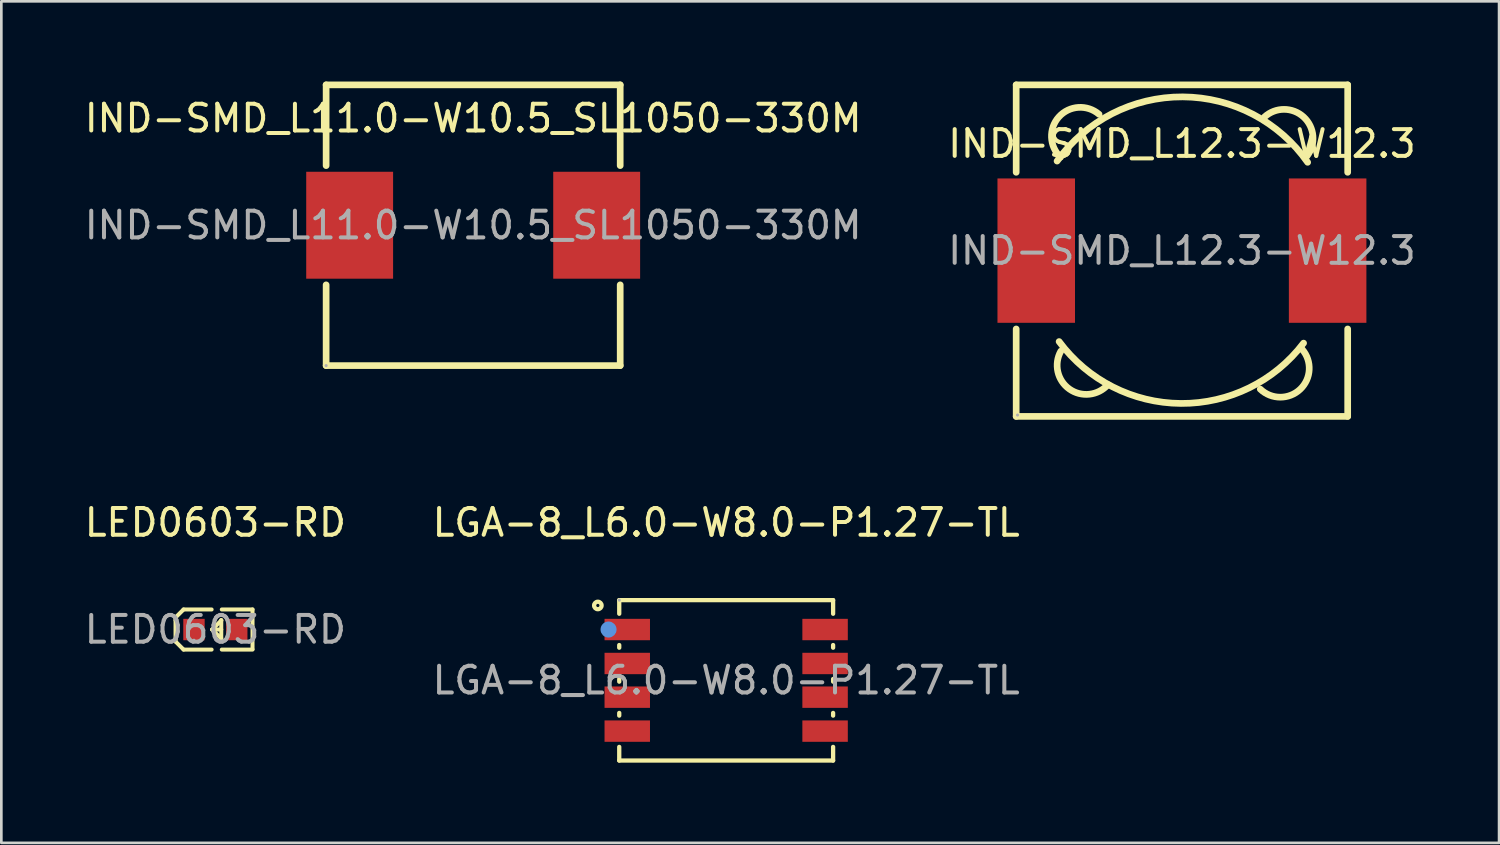
<source format=kicad_pcb>
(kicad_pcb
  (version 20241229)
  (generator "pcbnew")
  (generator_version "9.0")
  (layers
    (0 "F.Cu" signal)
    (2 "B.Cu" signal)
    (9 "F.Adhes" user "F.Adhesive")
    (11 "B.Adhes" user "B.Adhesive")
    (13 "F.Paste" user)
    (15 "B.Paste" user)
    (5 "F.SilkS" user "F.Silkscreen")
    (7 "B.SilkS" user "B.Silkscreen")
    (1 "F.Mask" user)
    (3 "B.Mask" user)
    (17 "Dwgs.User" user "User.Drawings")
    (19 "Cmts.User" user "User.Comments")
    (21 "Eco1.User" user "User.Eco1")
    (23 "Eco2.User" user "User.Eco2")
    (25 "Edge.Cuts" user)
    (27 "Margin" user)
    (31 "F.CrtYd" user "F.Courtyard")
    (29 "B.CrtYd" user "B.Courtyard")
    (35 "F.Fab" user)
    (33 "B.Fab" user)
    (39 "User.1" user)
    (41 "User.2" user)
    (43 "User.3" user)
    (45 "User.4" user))
  (footprint "IND-SMD_L12.3-W12.3"
    (layer "F.Cu")
    (at 41.161 6.325)
    (property "Reference" "IND-SMD_L12.3-W12.3" (at 0 -4 0) (layer "F.SilkS") (effects (font (size 1 1) (thickness 0.15))))
    (attr smd)
    (fp_line (start -6.2 -6.2) (end -6.2 -2.93) (stroke (width 0.25) (type solid)) (layer "F.SilkS"))
    (fp_line (start -6.2 -6.2) (end 6.2 -6.2) (stroke (width 0.25) (type solid)) (layer "F.SilkS"))
    (fp_line (start -6.2 2.93) (end -6.2 6.2) (stroke (width 0.25) (type solid)) (layer "F.SilkS"))
    (fp_line (start -6.2 6.2) (end 6.2 6.2) (stroke (width 0.25) (type solid)) (layer "F.SilkS"))
    (fp_line (start 6.2 -2.93) (end 6.2 -6.2) (stroke (width 0.25) (type solid)) (layer "F.SilkS"))
    (fp_line (start 6.2 6.2) (end 6.2 2.93) (stroke (width 0.25) (type solid)) (layer "F.SilkS"))
    (fp_arc (start -4.67 -3.35) (mid 0.028307 -5.751402) (end 4.702706 -3.30379) (stroke (width 0.25) (type solid)) (layer "F.SilkS"))
    (fp_arc (start -4.541273 -3.497112) (mid -4.60171 -5.000875) (end -3.1 -5.1) (stroke (width 0.25) (type solid)) (layer "F.SilkS"))
    (fp_arc (start -2.768116 5.014047) (mid -4.210815 5.176269) (end -4.53 3.76) (stroke (width 0.25) (type solid)) (layer "F.SilkS"))
    (fp_arc (start 3.086836 -4.998543) (mid 4.552024 -4.999588) (end 4.68 -3.54) (stroke (width 0.25) (type solid)) (layer "F.SilkS"))
    (fp_arc (start 4.499953 3.6939) (mid 4.423873 5.185846) (end 2.93 5.18) (stroke (width 0.25) (type solid)) (layer "F.SilkS"))
    (fp_arc (start 4.55 3.46) (mid -0.036493 5.71601) (end -4.593807 3.401622) (stroke (width 0.25) (type solid)) (layer "F.SilkS"))
    (fp_circle (center -6.15 6.15) (end -6.12 6.15) (stroke (width 0.06) (type solid)) (fill no) (layer "F.Fab"))
    (fp_text user "${REFERENCE}" (at 0 0 0) (layer "F.Fab") (effects (font (size 1 1) (thickness 0.15))))
    (pad "1" smd rect (at -5.45 0) (size 2.9 5.4) (layers "F.Cu" "F.Mask" "F.Paste"))
    (pad "2" smd rect (at 5.45 0) (size 2.9 5.4) (layers "F.Cu" "F.Mask" "F.Paste")))
  (footprint "IND-SMD_L11.0-W10.5_SL1050-330M"
    (layer "F.Cu")
    (at 14.649 5.375)
    (property "Reference" "IND-SMD_L11.0-W10.5_SL1050-330M" (at 0 -4 0) (layer "F.SilkS") (effects (font (size 1 1) (thickness 0.15))))
    (attr through_hole)
    (fp_line (start -5.5 -5.25) (end 5.5 -5.25) (stroke (width 0.25) (type solid)) (layer "F.SilkS"))
    (fp_line (start -5.5 -2.23) (end -5.5 -5.25) (stroke (width 0.25) (type solid)) (layer "F.SilkS"))
    (fp_line (start -5.5 5.25) (end -5.5 2.23) (stroke (width 0.25) (type solid)) (layer "F.SilkS"))
    (fp_line (start 5.5 -5.25) (end 5.5 -2.23) (stroke (width 0.25) (type solid)) (layer "F.SilkS"))
    (fp_line (start 5.5 2.23) (end 5.5 5.25) (stroke (width 0.25) (type solid)) (layer "F.SilkS"))
    (fp_line (start 5.5 5.25) (end -5.5 5.25) (stroke (width 0.25) (type solid)) (layer "F.SilkS"))
    (fp_circle (center -5.5 5.25) (end -5.47 5.25) (stroke (width 0.06) (type solid)) (fill no) (layer "F.Fab"))
    (fp_text user "${REFERENCE}" (at 0 0 0) (layer "F.Fab") (effects (font (size 1 1) (thickness 0.15))))
    (pad "1" smd rect (at -4.62 0) (size 3.25 4) (layers "F.Cu" "F.Mask" "F.Paste"))
    (pad "2" smd rect (at 4.62 0) (size 3.25 4) (layers "F.Cu" "F.Mask" "F.Paste")))
  (footprint "LGA-8_L6.0-W8.0-P1.27-TL"
    (layer "F.Cu")
    (at 24.113 22.398)
    (property "Reference" "LGA-8_L6.0-W8.0-P1.27-TL" (at 0 -5.9 0) (layer "F.SilkS") (effects (font (size 1 1) (thickness 0.15))))
    (attr smd)
    (fp_line (start -4 -3) (end -4 -2.49) (stroke (width 0.16) (type solid)) (layer "F.SilkS"))
    (fp_line (start -4 -3) (end 4 -3) (stroke (width 0.16) (type solid)) (layer "F.SilkS"))
    (fp_line (start -4 -1.32) (end -4 -1.22) (stroke (width 0.16) (type solid)) (layer "F.SilkS"))
    (fp_line (start -4 -0.05) (end -4 0.05) (stroke (width 0.16) (type solid)) (layer "F.SilkS"))
    (fp_line (start -4 1.22) (end -4 1.32) (stroke (width 0.16) (type solid)) (layer "F.SilkS"))
    (fp_line (start -4 2.49) (end -4 3) (stroke (width 0.16) (type solid)) (layer "F.SilkS"))
    (fp_line (start -4 3) (end 4 3) (stroke (width 0.16) (type solid)) (layer "F.SilkS"))
    (fp_line (start 4 -3) (end 4 -2.49) (stroke (width 0.16) (type solid)) (layer "F.SilkS"))
    (fp_line (start 4 -1.32) (end 4 -1.22) (stroke (width 0.16) (type solid)) (layer "F.SilkS"))
    (fp_line (start 4 -0.05) (end 4 0.05) (stroke (width 0.16) (type solid)) (layer "F.SilkS"))
    (fp_line (start 4 1.22) (end 4 1.32) (stroke (width 0.16) (type solid)) (layer "F.SilkS"))
    (fp_line (start 4 2.49) (end 4 3) (stroke (width 0.16) (type solid)) (layer "F.SilkS"))
    (fp_circle (center -4.8 -2.8) (end -4.66 -2.8) (stroke (width 0.16) (type solid)) (fill no) (layer "F.SilkS"))
    (fp_circle (center -4.4 -1.9) (end -4.25 -1.9) (stroke (width 0.3) (type solid)) (fill no) (layer "Cmts.User"))
    (fp_circle (center -4 -3) (end -3.97 -3) (stroke (width 0.06) (type solid)) (fill no) (layer "F.Fab"))
    (fp_text user "${REFERENCE}" (at 0 0 0) (layer "F.Fab") (effects (font (size 1 1) (thickness 0.15))))
    (pad "1" smd rect (at -3.7 -1.9) (size 1.7 0.8) (layers "F.Cu" "F.Mask" "F.Paste"))
    (pad "2" smd rect (at -3.7 -0.63) (size 1.7 0.8) (layers "F.Cu" "F.Mask" "F.Paste"))
    (pad "3" smd rect (at -3.7 0.63) (size 1.7 0.8) (layers "F.Cu" "F.Mask" "F.Paste"))
    (pad "4" smd rect (at -3.7 1.9) (size 1.7 0.8) (layers "F.Cu" "F.Mask" "F.Paste"))
    (pad "5" smd rect (at 3.7 1.9) (size 1.7 0.8) (layers "F.Cu" "F.Mask" "F.Paste"))
    (pad "6" smd rect (at 3.7 0.63) (size 1.7 0.8) (layers "F.Cu" "F.Mask" "F.Paste"))
    (pad "7" smd rect (at 3.7 -0.63) (size 1.7 0.8) (layers "F.Cu" "F.Mask" "F.Paste"))
    (pad "8" smd rect (at 3.7 -1.9) (size 1.7 0.8) (layers "F.Cu" "F.Mask" "F.Paste")))
  (footprint "LED0603-RD"
    (layer "F.Cu")
    (at 5.006 20.498)
    (property "Reference" "LED0603-RD" (at 0 -4 0) (layer "F.SilkS") (effects (font (size 1 1) (thickness 0.15))))
    (attr smd)
    (fp_line (start -1.49 -0.45) (end -1.19 -0.75) (stroke (width 0.15) (type solid)) (layer "F.SilkS"))
    (fp_line (start -1.49 -0.35) (end -1.49 -0.45) (stroke (width 0.15) (type solid)) (layer "F.SilkS"))
    (fp_line (start -1.49 -0.35) (end -1.49 0.35) (stroke (width 0.15) (type solid)) (layer "F.SilkS"))
    (fp_line (start -1.49 0.35) (end -1.49 0.45) (stroke (width 0.15) (type solid)) (layer "F.SilkS"))
    (fp_line (start -1.49 0.45) (end -1.19 0.75) (stroke (width 0.15) (type solid)) (layer "F.SilkS"))
    (fp_line (start -0.14 -0.75) (end -1.19 -0.75) (stroke (width 0.15) (type solid)) (layer "F.SilkS"))
    (fp_line (start -0.14 0.75) (end -1.19 0.75) (stroke (width 0.15) (type solid)) (layer "F.SilkS"))
    (fp_line (start 0.21 0.33) (end -0.12 0) (stroke (width 0.15) (type solid)) (layer "F.SilkS"))
    (fp_line (start 0.22 -0.35) (end 0.22 -0.34) (stroke (width 0.15) (type solid)) (layer "F.SilkS"))
    (fp_line (start 0.22 -0.35) (end 0.22 0.33) (stroke (width 0.15) (type solid)) (layer "F.SilkS"))
    (fp_line (start 0.22 -0.34) (end -0.12 0) (stroke (width 0.15) (type solid)) (layer "F.SilkS"))
    (fp_line (start 0.22 0) (end -0.12 0) (stroke (width 0.15) (type solid)) (layer "F.SilkS"))
    (fp_line (start 0.22 0.33) (end 0.21 0.33) (stroke (width 0.15) (type solid)) (layer "F.SilkS"))
    (fp_line (start 0.24 -0.75) (end 1.39 -0.75) (stroke (width 0.15) (type solid)) (layer "F.SilkS"))
    (fp_line (start 0.24 0.75) (end 1.39 0.75) (stroke (width 0.15) (type solid)) (layer "F.SilkS"))
    (fp_line (start 1.39 -0.75) (end 1.39 0.73) (stroke (width 0.15) (type solid)) (layer "F.SilkS"))
    (fp_circle (center -0.8 0.4) (end -0.77 0.4) (stroke (width 0.06) (type solid)) (fill no) (layer "F.Fab"))
    (fp_text user "${REFERENCE}" (at 0 0 0) (layer "F.Fab") (effects (font (size 1 1) (thickness 0.15))))
    (pad "1" smd rect (at -0.8 0 90) (size 0.8 0.8) (layers "F.Cu" "F.Mask" "F.Paste"))
    (pad "2" smd rect (at 0.8 0 90) (size 0.8 0.8) (layers "F.Cu" "F.Mask" "F.Paste")))
  (gr_rect
    (start -3 -3)
    (end 53.024 28.478)
    (stroke (width 0.1) (type default))
    (fill no)
    (layer "Edge.Cuts")))
</source>
